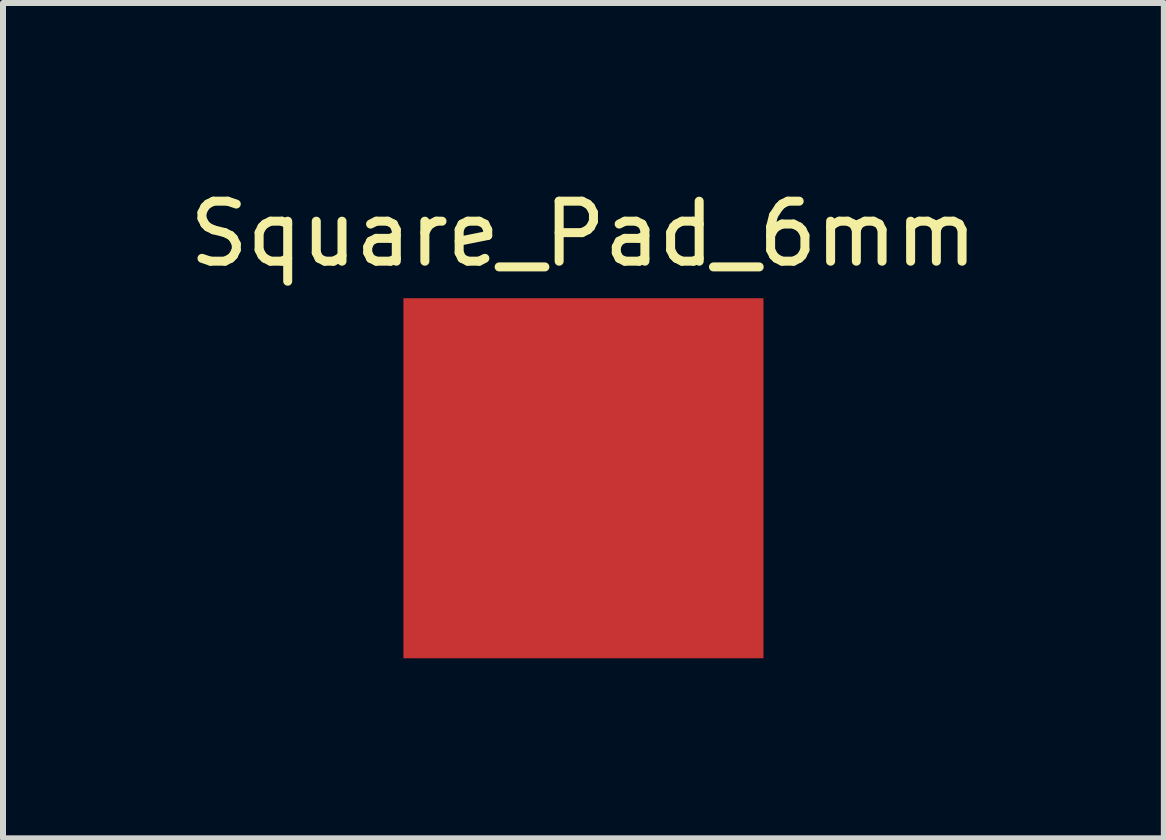
<source format=kicad_pcb>
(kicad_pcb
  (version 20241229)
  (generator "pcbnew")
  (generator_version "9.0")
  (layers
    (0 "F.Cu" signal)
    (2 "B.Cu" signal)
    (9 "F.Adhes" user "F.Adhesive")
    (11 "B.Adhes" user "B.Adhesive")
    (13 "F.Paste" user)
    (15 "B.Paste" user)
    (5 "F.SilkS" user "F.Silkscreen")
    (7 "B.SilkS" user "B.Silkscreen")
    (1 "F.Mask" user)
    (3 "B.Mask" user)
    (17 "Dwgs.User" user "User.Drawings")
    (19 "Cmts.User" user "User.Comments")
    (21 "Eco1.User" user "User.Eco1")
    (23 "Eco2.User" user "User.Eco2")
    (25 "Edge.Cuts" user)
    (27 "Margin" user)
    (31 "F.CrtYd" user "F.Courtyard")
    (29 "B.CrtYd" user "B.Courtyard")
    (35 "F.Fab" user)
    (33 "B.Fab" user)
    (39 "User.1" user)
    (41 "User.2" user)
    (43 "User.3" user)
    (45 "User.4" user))
  (footprint "Square_Pad_6mm"
    (layer "F.Cu")
    (at 6.673 0.348)
    (property "Reference" "Square_Pad_6mm" (at 0 0.5 0) (layer "F.SilkS") (effects (font (size 1 1) (thickness 0.15))))
    (attr through_hole)
    (pad "1" smd rect (at 0 4.572) (size 6 6) (layers "F.Cu" "F.Mask" "F.Paste")))
  (gr_rect
    (start -3 -3)
    (end 16.345 10.92)
    (stroke (width 0.1) (type default))
    (fill no)
    (layer "Edge.Cuts")))
</source>
